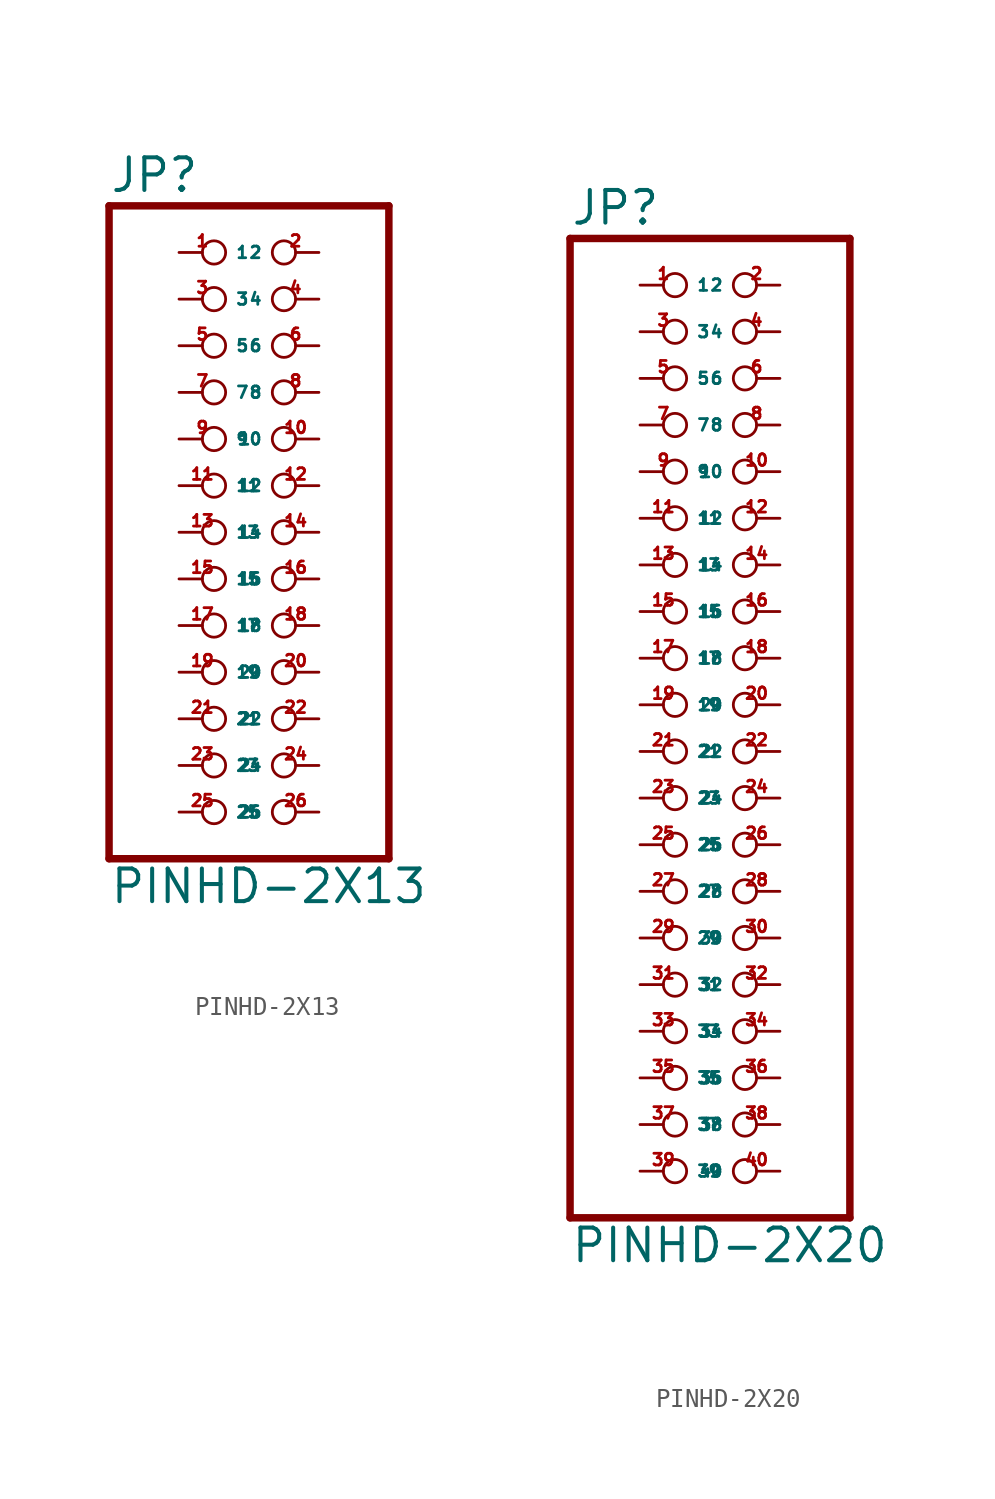
<source format=kicad_sym>
(kicad_symbol_lib
  (version 20220914)
  (generator Eagle2Kicad)
  (symbol "PINHD-2X13"
    (property "Reference" "JP"
      (at -6.35 18.415 0)
      (effects (font (size 1.778 1.778) (thickness 0.22)) (justify left bottom)))
    (property "Value" "PINHD-2X13"
      (at -6.35 -20.32 0)
      (effects (font (size 1.778 1.778) (thickness 0.22)) (justify left bottom)))
    (polyline
      (pts (xy -6.35 -17.78) (xy 8.89 -17.78))
      (stroke (width 0.406) (type default))
      (fill (type none)))
    (polyline
      (pts (xy 8.89 -17.78) (xy 8.89 17.78))
      (stroke (width 0.406) (type default))
      (fill (type none)))
    (polyline
      (pts (xy 8.89 17.78) (xy -6.35 17.78))
      (stroke (width 0.406) (type default))
      (fill (type none)))
    (polyline
      (pts (xy -6.35 17.78) (xy -6.35 -17.78))
      (stroke (width 0.406) (type default))
      (fill (type none)))
    (pin passive inverted
      (at -2.54 15.24 0)
      (length 2.54)
      (name "1" (effects (font (size 0.635 0.635) (thickness 0.08)) (justify left bottom)))
      (number "1" (effects (font (size 0.635 0.635) (thickness 0.08)) (justify left bottom))))
    (pin passive inverted
      (at 5.08 15.24 180)
      (length 2.54)
      (name "2" (effects (font (size 0.635 0.635) (thickness 0.08)) (justify left bottom)))
      (number "2" (effects (font (size 0.635 0.635) (thickness 0.08)) (justify left bottom))))
    (pin passive inverted
      (at -2.54 12.7 0)
      (length 2.54)
      (name "3" (effects (font (size 0.635 0.635) (thickness 0.08)) (justify left bottom)))
      (number "3" (effects (font (size 0.635 0.635) (thickness 0.08)) (justify left bottom))))
    (pin passive inverted
      (at 5.08 12.7 180)
      (length 2.54)
      (name "4" (effects (font (size 0.635 0.635) (thickness 0.08)) (justify left bottom)))
      (number "4" (effects (font (size 0.635 0.635) (thickness 0.08)) (justify left bottom))))
    (pin passive inverted
      (at -2.54 10.16 0)
      (length 2.54)
      (name "5" (effects (font (size 0.635 0.635) (thickness 0.08)) (justify left bottom)))
      (number "5" (effects (font (size 0.635 0.635) (thickness 0.08)) (justify left bottom))))
    (pin passive inverted
      (at 5.08 10.16 180)
      (length 2.54)
      (name "6" (effects (font (size 0.635 0.635) (thickness 0.08)) (justify left bottom)))
      (number "6" (effects (font (size 0.635 0.635) (thickness 0.08)) (justify left bottom))))
    (pin passive inverted
      (at -2.54 7.62 0)
      (length 2.54)
      (name "7" (effects (font (size 0.635 0.635) (thickness 0.08)) (justify left bottom)))
      (number "7" (effects (font (size 0.635 0.635) (thickness 0.08)) (justify left bottom))))
    (pin passive inverted
      (at 5.08 7.62 180)
      (length 2.54)
      (name "8" (effects (font (size 0.635 0.635) (thickness 0.08)) (justify left bottom)))
      (number "8" (effects (font (size 0.635 0.635) (thickness 0.08)) (justify left bottom))))
    (pin passive inverted
      (at -2.54 5.08 0)
      (length 2.54)
      (name "9" (effects (font (size 0.635 0.635) (thickness 0.08)) (justify left bottom)))
      (number "9" (effects (font (size 0.635 0.635) (thickness 0.08)) (justify left bottom))))
    (pin passive inverted
      (at 5.08 5.08 180)
      (length 2.54)
      (name "10" (effects (font (size 0.635 0.635) (thickness 0.08)) (justify left bottom)))
      (number "10" (effects (font (size 0.635 0.635) (thickness 0.08)) (justify left bottom))))
    (pin passive inverted
      (at -2.54 2.54 0)
      (length 2.54)
      (name "11" (effects (font (size 0.635 0.635) (thickness 0.08)) (justify left bottom)))
      (number "11" (effects (font (size 0.635 0.635) (thickness 0.08)) (justify left bottom))))
    (pin passive inverted
      (at 5.08 2.54 180)
      (length 2.54)
      (name "12" (effects (font (size 0.635 0.635) (thickness 0.08)) (justify left bottom)))
      (number "12" (effects (font (size 0.635 0.635) (thickness 0.08)) (justify left bottom))))
    (pin passive inverted
      (at -2.54 0 0)
      (length 2.54)
      (name "13" (effects (font (size 0.635 0.635) (thickness 0.08)) (justify left bottom)))
      (number "13" (effects (font (size 0.635 0.635) (thickness 0.08)) (justify left bottom))))
    (pin passive inverted
      (at 5.08 0 180)
      (length 2.54)
      (name "14" (effects (font (size 0.635 0.635) (thickness 0.08)) (justify left bottom)))
      (number "14" (effects (font (size 0.635 0.635) (thickness 0.08)) (justify left bottom))))
    (pin passive inverted
      (at -2.54 -2.54 0)
      (length 2.54)
      (name "15" (effects (font (size 0.635 0.635) (thickness 0.08)) (justify left bottom)))
      (number "15" (effects (font (size 0.635 0.635) (thickness 0.08)) (justify left bottom))))
    (pin passive inverted
      (at 5.08 -2.54 180)
      (length 2.54)
      (name "16" (effects (font (size 0.635 0.635) (thickness 0.08)) (justify left bottom)))
      (number "16" (effects (font (size 0.635 0.635) (thickness 0.08)) (justify left bottom))))
    (pin passive inverted
      (at -2.54 -5.08 0)
      (length 2.54)
      (name "17" (effects (font (size 0.635 0.635) (thickness 0.08)) (justify left bottom)))
      (number "17" (effects (font (size 0.635 0.635) (thickness 0.08)) (justify left bottom))))
    (pin passive inverted
      (at 5.08 -5.08 180)
      (length 2.54)
      (name "18" (effects (font (size 0.635 0.635) (thickness 0.08)) (justify left bottom)))
      (number "18" (effects (font (size 0.635 0.635) (thickness 0.08)) (justify left bottom))))
    (pin passive inverted
      (at -2.54 -7.62 0)
      (length 2.54)
      (name "19" (effects (font (size 0.635 0.635) (thickness 0.08)) (justify left bottom)))
      (number "19" (effects (font (size 0.635 0.635) (thickness 0.08)) (justify left bottom))))
    (pin passive inverted
      (at 5.08 -7.62 180)
      (length 2.54)
      (name "20" (effects (font (size 0.635 0.635) (thickness 0.08)) (justify left bottom)))
      (number "20" (effects (font (size 0.635 0.635) (thickness 0.08)) (justify left bottom))))
    (pin passive inverted
      (at -2.54 -10.16 0)
      (length 2.54)
      (name "21" (effects (font (size 0.635 0.635) (thickness 0.08)) (justify left bottom)))
      (number "21" (effects (font (size 0.635 0.635) (thickness 0.08)) (justify left bottom))))
    (pin passive inverted
      (at 5.08 -10.16 180)
      (length 2.54)
      (name "22" (effects (font (size 0.635 0.635) (thickness 0.08)) (justify left bottom)))
      (number "22" (effects (font (size 0.635 0.635) (thickness 0.08)) (justify left bottom))))
    (pin passive inverted
      (at -2.54 -12.7 0)
      (length 2.54)
      (name "23" (effects (font (size 0.635 0.635) (thickness 0.08)) (justify left bottom)))
      (number "23" (effects (font (size 0.635 0.635) (thickness 0.08)) (justify left bottom))))
    (pin passive inverted
      (at 5.08 -12.7 180)
      (length 2.54)
      (name "24" (effects (font (size 0.635 0.635) (thickness 0.08)) (justify left bottom)))
      (number "24" (effects (font (size 0.635 0.635) (thickness 0.08)) (justify left bottom))))
    (pin passive inverted
      (at -2.54 -15.24 0)
      (length 2.54)
      (name "25" (effects (font (size 0.635 0.635) (thickness 0.08)) (justify left bottom)))
      (number "25" (effects (font (size 0.635 0.635) (thickness 0.08)) (justify left bottom))))
    (pin passive inverted
      (at 5.08 -15.24 180)
      (length 2.54)
      (name "26" (effects (font (size 0.635 0.635) (thickness 0.08)) (justify left bottom)))
      (number "26" (effects (font (size 0.635 0.635) (thickness 0.08)) (justify left bottom)))))
  (symbol "PINHD-2X20"
    (property "Reference" "JP"
      (at -6.35 26.035 0)
      (effects (font (size 1.778 1.778) (thickness 0.22)) (justify left bottom)))
    (property "Value" "PINHD-2X20"
      (at -6.35 -30.48 0)
      (effects (font (size 1.778 1.778) (thickness 0.22)) (justify left bottom)))
    (polyline
      (pts (xy -6.35 -27.94) (xy 8.89 -27.94))
      (stroke (width 0.406) (type default))
      (fill (type none)))
    (polyline
      (pts (xy 8.89 -27.94) (xy 8.89 25.4))
      (stroke (width 0.406) (type default))
      (fill (type none)))
    (polyline
      (pts (xy 8.89 25.4) (xy -6.35 25.4))
      (stroke (width 0.406) (type default))
      (fill (type none)))
    (polyline
      (pts (xy -6.35 25.4) (xy -6.35 -27.94))
      (stroke (width 0.406) (type default))
      (fill (type none)))
    (pin passive inverted
      (at -2.54 22.86 0)
      (length 2.54)
      (name "1" (effects (font (size 0.635 0.635) (thickness 0.08)) (justify left bottom)))
      (number "1" (effects (font (size 0.635 0.635) (thickness 0.08)) (justify left bottom))))
    (pin passive inverted
      (at 5.08 22.86 180)
      (length 2.54)
      (name "2" (effects (font (size 0.635 0.635) (thickness 0.08)) (justify left bottom)))
      (number "2" (effects (font (size 0.635 0.635) (thickness 0.08)) (justify left bottom))))
    (pin passive inverted
      (at -2.54 20.32 0)
      (length 2.54)
      (name "3" (effects (font (size 0.635 0.635) (thickness 0.08)) (justify left bottom)))
      (number "3" (effects (font (size 0.635 0.635) (thickness 0.08)) (justify left bottom))))
    (pin passive inverted
      (at 5.08 20.32 180)
      (length 2.54)
      (name "4" (effects (font (size 0.635 0.635) (thickness 0.08)) (justify left bottom)))
      (number "4" (effects (font (size 0.635 0.635) (thickness 0.08)) (justify left bottom))))
    (pin passive inverted
      (at -2.54 17.78 0)
      (length 2.54)
      (name "5" (effects (font (size 0.635 0.635) (thickness 0.08)) (justify left bottom)))
      (number "5" (effects (font (size 0.635 0.635) (thickness 0.08)) (justify left bottom))))
    (pin passive inverted
      (at 5.08 17.78 180)
      (length 2.54)
      (name "6" (effects (font (size 0.635 0.635) (thickness 0.08)) (justify left bottom)))
      (number "6" (effects (font (size 0.635 0.635) (thickness 0.08)) (justify left bottom))))
    (pin passive inverted
      (at -2.54 15.24 0)
      (length 2.54)
      (name "7" (effects (font (size 0.635 0.635) (thickness 0.08)) (justify left bottom)))
      (number "7" (effects (font (size 0.635 0.635) (thickness 0.08)) (justify left bottom))))
    (pin passive inverted
      (at 5.08 15.24 180)
      (length 2.54)
      (name "8" (effects (font (size 0.635 0.635) (thickness 0.08)) (justify left bottom)))
      (number "8" (effects (font (size 0.635 0.635) (thickness 0.08)) (justify left bottom))))
    (pin passive inverted
      (at -2.54 12.7 0)
      (length 2.54)
      (name "9" (effects (font (size 0.635 0.635) (thickness 0.08)) (justify left bottom)))
      (number "9" (effects (font (size 0.635 0.635) (thickness 0.08)) (justify left bottom))))
    (pin passive inverted
      (at 5.08 12.7 180)
      (length 2.54)
      (name "10" (effects (font (size 0.635 0.635) (thickness 0.08)) (justify left bottom)))
      (number "10" (effects (font (size 0.635 0.635) (thickness 0.08)) (justify left bottom))))
    (pin passive inverted
      (at -2.54 10.16 0)
      (length 2.54)
      (name "11" (effects (font (size 0.635 0.635) (thickness 0.08)) (justify left bottom)))
      (number "11" (effects (font (size 0.635 0.635) (thickness 0.08)) (justify left bottom))))
    (pin passive inverted
      (at 5.08 10.16 180)
      (length 2.54)
      (name "12" (effects (font (size 0.635 0.635) (thickness 0.08)) (justify left bottom)))
      (number "12" (effects (font (size 0.635 0.635) (thickness 0.08)) (justify left bottom))))
    (pin passive inverted
      (at -2.54 7.62 0)
      (length 2.54)
      (name "13" (effects (font (size 0.635 0.635) (thickness 0.08)) (justify left bottom)))
      (number "13" (effects (font (size 0.635 0.635) (thickness 0.08)) (justify left bottom))))
    (pin passive inverted
      (at 5.08 7.62 180)
      (length 2.54)
      (name "14" (effects (font (size 0.635 0.635) (thickness 0.08)) (justify left bottom)))
      (number "14" (effects (font (size 0.635 0.635) (thickness 0.08)) (justify left bottom))))
    (pin passive inverted
      (at -2.54 5.08 0)
      (length 2.54)
      (name "15" (effects (font (size 0.635 0.635) (thickness 0.08)) (justify left bottom)))
      (number "15" (effects (font (size 0.635 0.635) (thickness 0.08)) (justify left bottom))))
    (pin passive inverted
      (at 5.08 5.08 180)
      (length 2.54)
      (name "16" (effects (font (size 0.635 0.635) (thickness 0.08)) (justify left bottom)))
      (number "16" (effects (font (size 0.635 0.635) (thickness 0.08)) (justify left bottom))))
    (pin passive inverted
      (at -2.54 2.54 0)
      (length 2.54)
      (name "17" (effects (font (size 0.635 0.635) (thickness 0.08)) (justify left bottom)))
      (number "17" (effects (font (size 0.635 0.635) (thickness 0.08)) (justify left bottom))))
    (pin passive inverted
      (at 5.08 2.54 180)
      (length 2.54)
      (name "18" (effects (font (size 0.635 0.635) (thickness 0.08)) (justify left bottom)))
      (number "18" (effects (font (size 0.635 0.635) (thickness 0.08)) (justify left bottom))))
    (pin passive inverted
      (at -2.54 0 0)
      (length 2.54)
      (name "19" (effects (font (size 0.635 0.635) (thickness 0.08)) (justify left bottom)))
      (number "19" (effects (font (size 0.635 0.635) (thickness 0.08)) (justify left bottom))))
    (pin passive inverted
      (at 5.08 0 180)
      (length 2.54)
      (name "20" (effects (font (size 0.635 0.635) (thickness 0.08)) (justify left bottom)))
      (number "20" (effects (font (size 0.635 0.635) (thickness 0.08)) (justify left bottom))))
    (pin passive inverted
      (at -2.54 -2.54 0)
      (length 2.54)
      (name "21" (effects (font (size 0.635 0.635) (thickness 0.08)) (justify left bottom)))
      (number "21" (effects (font (size 0.635 0.635) (thickness 0.08)) (justify left bottom))))
    (pin passive inverted
      (at 5.08 -2.54 180)
      (length 2.54)
      (name "22" (effects (font (size 0.635 0.635) (thickness 0.08)) (justify left bottom)))
      (number "22" (effects (font (size 0.635 0.635) (thickness 0.08)) (justify left bottom))))
    (pin passive inverted
      (at -2.54 -5.08 0)
      (length 2.54)
      (name "23" (effects (font (size 0.635 0.635) (thickness 0.08)) (justify left bottom)))
      (number "23" (effects (font (size 0.635 0.635) (thickness 0.08)) (justify left bottom))))
    (pin passive inverted
      (at 5.08 -5.08 180)
      (length 2.54)
      (name "24" (effects (font (size 0.635 0.635) (thickness 0.08)) (justify left bottom)))
      (number "24" (effects (font (size 0.635 0.635) (thickness 0.08)) (justify left bottom))))
    (pin passive inverted
      (at -2.54 -7.62 0)
      (length 2.54)
      (name "25" (effects (font (size 0.635 0.635) (thickness 0.08)) (justify left bottom)))
      (number "25" (effects (font (size 0.635 0.635) (thickness 0.08)) (justify left bottom))))
    (pin passive inverted
      (at 5.08 -7.62 180)
      (length 2.54)
      (name "26" (effects (font (size 0.635 0.635) (thickness 0.08)) (justify left bottom)))
      (number "26" (effects (font (size 0.635 0.635) (thickness 0.08)) (justify left bottom))))
    (pin passive inverted
      (at -2.54 -10.16 0)
      (length 2.54)
      (name "27" (effects (font (size 0.635 0.635) (thickness 0.08)) (justify left bottom)))
      (number "27" (effects (font (size 0.635 0.635) (thickness 0.08)) (justify left bottom))))
    (pin passive inverted
      (at 5.08 -10.16 180)
      (length 2.54)
      (name "28" (effects (font (size 0.635 0.635) (thickness 0.08)) (justify left bottom)))
      (number "28" (effects (font (size 0.635 0.635) (thickness 0.08)) (justify left bottom))))
    (pin passive inverted
      (at -2.54 -12.7 0)
      (length 2.54)
      (name "29" (effects (font (size 0.635 0.635) (thickness 0.08)) (justify left bottom)))
      (number "29" (effects (font (size 0.635 0.635) (thickness 0.08)) (justify left bottom))))
    (pin passive inverted
      (at 5.08 -12.7 180)
      (length 2.54)
      (name "30" (effects (font (size 0.635 0.635) (thickness 0.08)) (justify left bottom)))
      (number "30" (effects (font (size 0.635 0.635) (thickness 0.08)) (justify left bottom))))
    (pin passive inverted
      (at -2.54 -15.24 0)
      (length 2.54)
      (name "31" (effects (font (size 0.635 0.635) (thickness 0.08)) (justify left bottom)))
      (number "31" (effects (font (size 0.635 0.635) (thickness 0.08)) (justify left bottom))))
    (pin passive inverted
      (at 5.08 -15.24 180)
      (length 2.54)
      (name "32" (effects (font (size 0.635 0.635) (thickness 0.08)) (justify left bottom)))
      (number "32" (effects (font (size 0.635 0.635) (thickness 0.08)) (justify left bottom))))
    (pin passive inverted
      (at -2.54 -17.78 0)
      (length 2.54)
      (name "33" (effects (font (size 0.635 0.635) (thickness 0.08)) (justify left bottom)))
      (number "33" (effects (font (size 0.635 0.635) (thickness 0.08)) (justify left bottom))))
    (pin passive inverted
      (at 5.08 -17.78 180)
      (length 2.54)
      (name "34" (effects (font (size 0.635 0.635) (thickness 0.08)) (justify left bottom)))
      (number "34" (effects (font (size 0.635 0.635) (thickness 0.08)) (justify left bottom))))
    (pin passive inverted
      (at -2.54 -20.32 0)
      (length 2.54)
      (name "35" (effects (font (size 0.635 0.635) (thickness 0.08)) (justify left bottom)))
      (number "35" (effects (font (size 0.635 0.635) (thickness 0.08)) (justify left bottom))))
    (pin passive inverted
      (at 5.08 -20.32 180)
      (length 2.54)
      (name "36" (effects (font (size 0.635 0.635) (thickness 0.08)) (justify left bottom)))
      (number "36" (effects (font (size 0.635 0.635) (thickness 0.08)) (justify left bottom))))
    (pin passive inverted
      (at -2.54 -22.86 0)
      (length 2.54)
      (name "37" (effects (font (size 0.635 0.635) (thickness 0.08)) (justify left bottom)))
      (number "37" (effects (font (size 0.635 0.635) (thickness 0.08)) (justify left bottom))))
    (pin passive inverted
      (at 5.08 -22.86 180)
      (length 2.54)
      (name "38" (effects (font (size 0.635 0.635) (thickness 0.08)) (justify left bottom)))
      (number "38" (effects (font (size 0.635 0.635) (thickness 0.08)) (justify left bottom))))
    (pin passive inverted
      (at -2.54 -25.4 0)
      (length 2.54)
      (name "39" (effects (font (size 0.635 0.635) (thickness 0.08)) (justify left bottom)))
      (number "39" (effects (font (size 0.635 0.635) (thickness 0.08)) (justify left bottom))))
    (pin passive inverted
      (at 5.08 -25.4 180)
      (length 2.54)
      (name "40" (effects (font (size 0.635 0.635) (thickness 0.08)) (justify left bottom)))
      (number "40" (effects (font (size 0.635 0.635) (thickness 0.08)) (justify left bottom))))))
</source>
